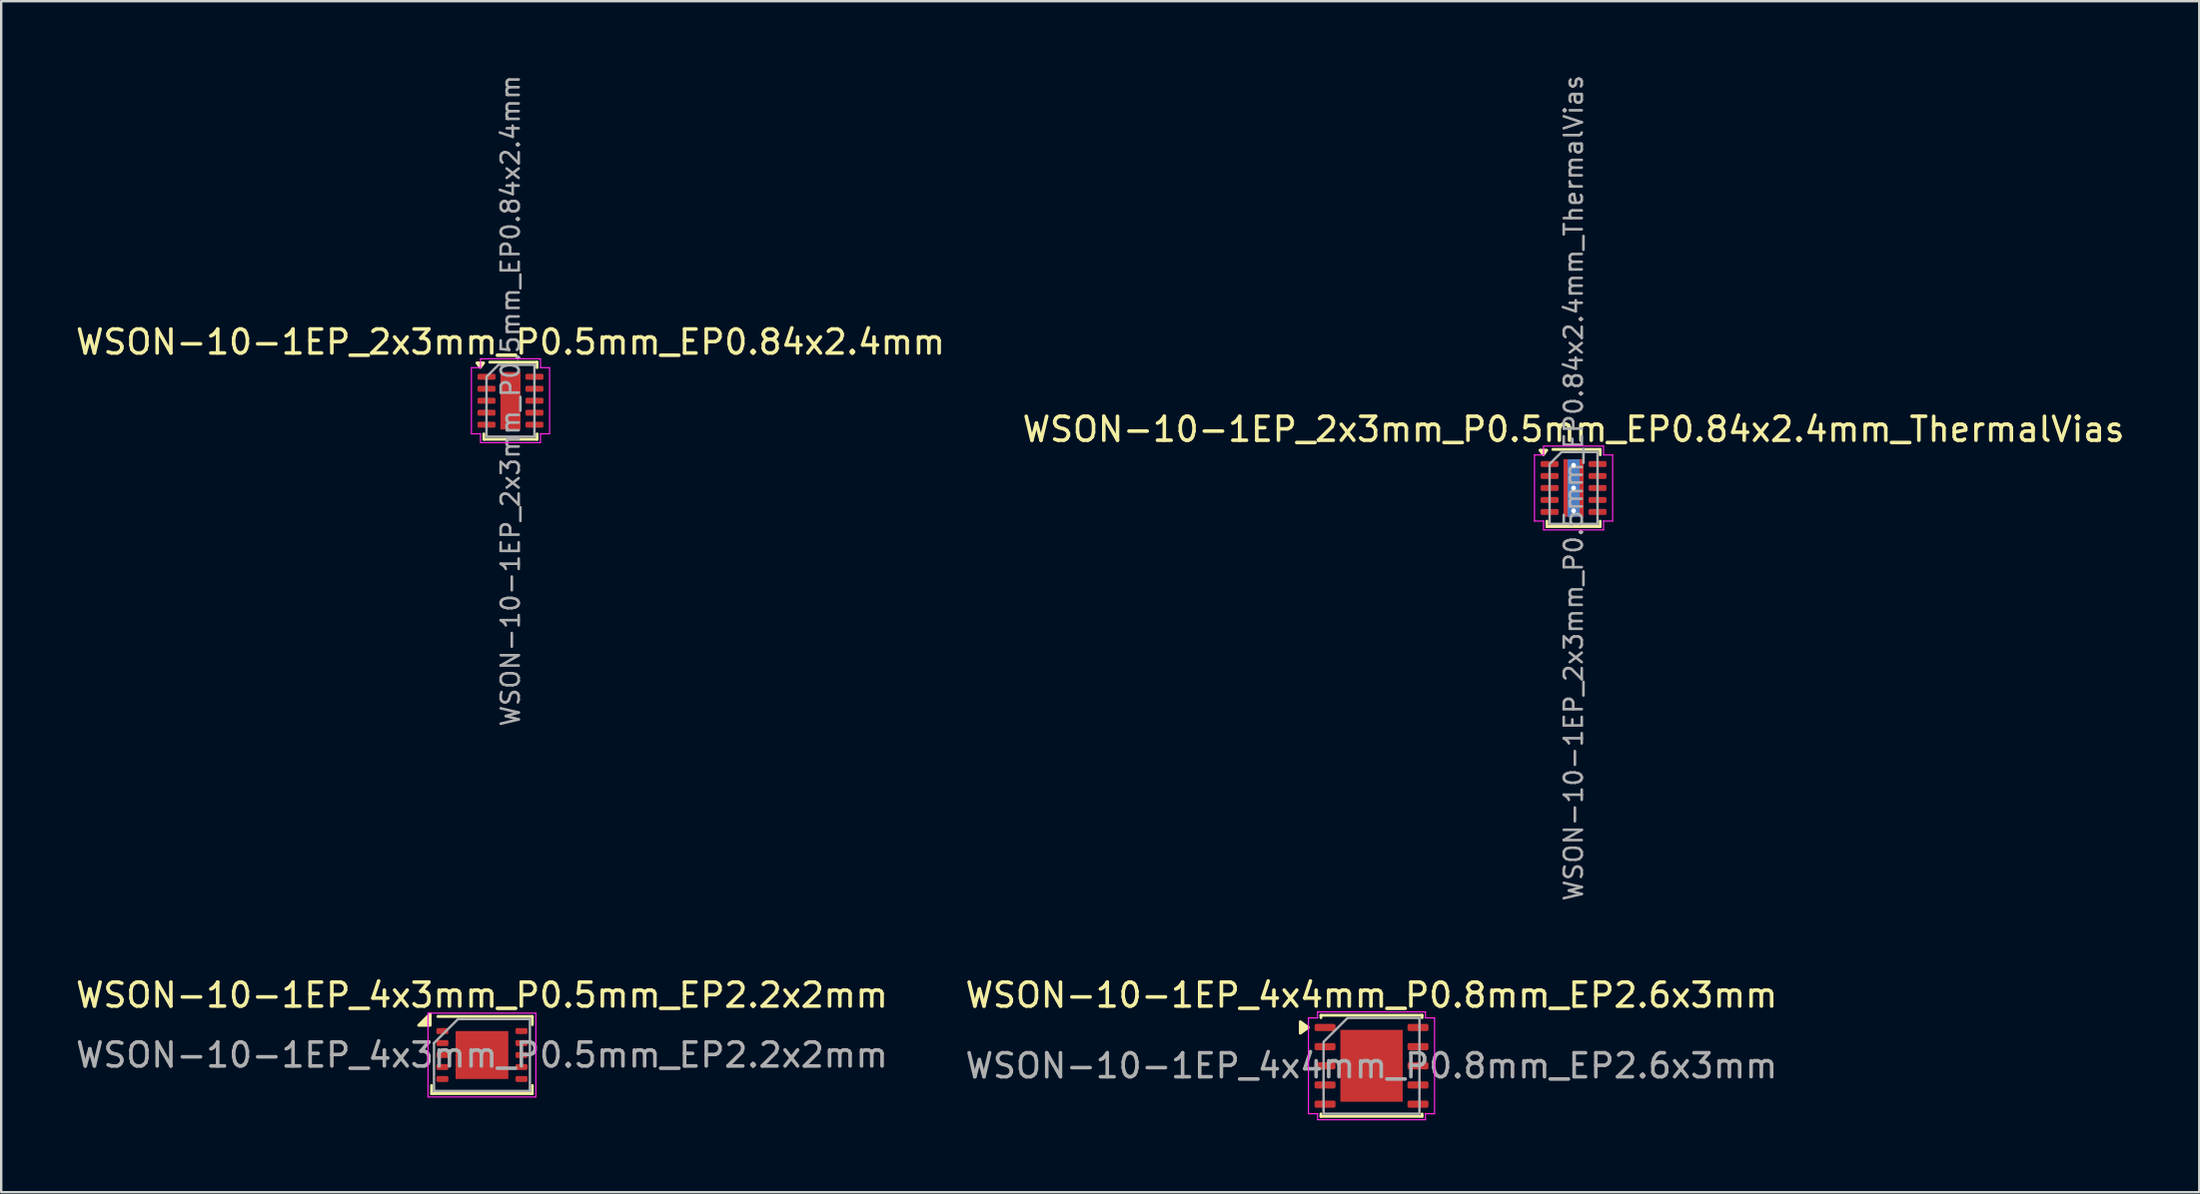
<source format=kicad_pcb>
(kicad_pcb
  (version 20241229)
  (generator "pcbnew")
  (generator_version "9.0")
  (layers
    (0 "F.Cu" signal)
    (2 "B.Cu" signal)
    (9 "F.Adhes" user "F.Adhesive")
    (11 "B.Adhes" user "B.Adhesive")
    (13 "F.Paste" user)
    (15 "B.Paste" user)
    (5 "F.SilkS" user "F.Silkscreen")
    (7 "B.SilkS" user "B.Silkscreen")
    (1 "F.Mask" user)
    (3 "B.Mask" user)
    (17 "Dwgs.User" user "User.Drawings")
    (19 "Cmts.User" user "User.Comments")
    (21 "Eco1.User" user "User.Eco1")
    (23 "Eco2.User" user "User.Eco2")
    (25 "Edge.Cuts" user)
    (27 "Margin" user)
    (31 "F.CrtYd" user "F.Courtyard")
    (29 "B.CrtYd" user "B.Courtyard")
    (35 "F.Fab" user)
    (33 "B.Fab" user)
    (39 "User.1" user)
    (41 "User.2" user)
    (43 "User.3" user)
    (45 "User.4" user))
  (footprint "WSON-10-1EP_4x4mm_P0.8mm_EP2.6x3mm"
    (layer "F.Cu")
    (at 54.161 41.443)
    (property "Reference" "WSON-10-1EP_4x4mm_P0.8mm_EP2.6x3mm" (at 0 -2.95 0) (layer "F.SilkS") (effects (font (size 1 1) (thickness 0.15))))
    (attr smd)
    (fp_line (start -2.11 -2.11) (end 2.11 -2.11) (stroke (width 0.12) (type solid)) (layer "F.SilkS"))
    (fp_line (start -2.11 -2.01) (end -2.11 -2.11) (stroke (width 0.12) (type solid)) (layer "F.SilkS"))
    (fp_line (start -2.11 2.11) (end -2.11 2.01) (stroke (width 0.12) (type solid)) (layer "F.SilkS"))
    (fp_line (start 2.11 -2.11) (end 2.11 -2.01) (stroke (width 0.12) (type solid)) (layer "F.SilkS"))
    (fp_line (start 2.11 2.01) (end 2.11 2.11) (stroke (width 0.12) (type solid)) (layer "F.SilkS"))
    (fp_line (start 2.11 2.11) (end -2.11 2.11) (stroke (width 0.12) (type solid)) (layer "F.SilkS"))
    (fp_poly (pts (xy -2.64 -1.6) (xy -2.97 -1.36) (xy -2.97 -1.84)) (stroke (width 0.12) (type solid)) (fill yes) (layer "F.SilkS"))
    (fp_line (start -2.63 -2) (end -2.25 -2) (stroke (width 0.05) (type solid)) (layer "F.CrtYd"))
    (fp_line (start -2.63 2) (end -2.63 -2) (stroke (width 0.05) (type solid)) (layer "F.CrtYd"))
    (fp_line (start -2.25 -2.25) (end 2.25 -2.25) (stroke (width 0.05) (type solid)) (layer "F.CrtYd"))
    (fp_line (start -2.25 -2) (end -2.25 -2.25) (stroke (width 0.05) (type solid)) (layer "F.CrtYd"))
    (fp_line (start -2.25 2) (end -2.63 2) (stroke (width 0.05) (type solid)) (layer "F.CrtYd"))
    (fp_line (start -2.25 2.25) (end -2.25 2) (stroke (width 0.05) (type solid)) (layer "F.CrtYd"))
    (fp_line (start 2.25 -2.25) (end 2.25 -2) (stroke (width 0.05) (type solid)) (layer "F.CrtYd"))
    (fp_line (start 2.25 -2) (end 2.63 -2) (stroke (width 0.05) (type solid)) (layer "F.CrtYd"))
    (fp_line (start 2.25 2) (end 2.25 2.25) (stroke (width 0.05) (type solid)) (layer "F.CrtYd"))
    (fp_line (start 2.25 2.25) (end -2.25 2.25) (stroke (width 0.05) (type solid)) (layer "F.CrtYd"))
    (fp_line (start 2.63 -2) (end 2.63 2) (stroke (width 0.05) (type solid)) (layer "F.CrtYd"))
    (fp_line (start 2.63 2) (end 2.25 2) (stroke (width 0.05) (type solid)) (layer "F.CrtYd"))
    (fp_poly (pts (xy -2 -1) (xy -2 2) (xy 2 2) (xy 2 -2) (xy -1 -2)) (stroke (width 0.1) (type solid)) (fill no) (layer "F.Fab"))
    (fp_text user "${REFERENCE}" (at 0 0 0) (layer "F.Fab") (effects (font (size 1 1) (thickness 0.15))))
    (pad "" smd roundrect (at -0.65 -0.75) (size 1.05 1.21) (layers "F.Paste") (roundrect_rratio 0.238))
    (pad "" smd roundrect (at -0.65 0.75) (size 1.05 1.21) (layers "F.Paste") (roundrect_rratio 0.238))
    (pad "" smd roundrect (at 0.65 -0.75) (size 1.05 1.21) (layers "F.Paste") (roundrect_rratio 0.238))
    (pad "" smd roundrect (at 0.65 0.75) (size 1.05 1.21) (layers "F.Paste") (roundrect_rratio 0.238))
    (pad "1" smd roundrect (at -1.938 -1.6) (size 0.875 0.3) (layers "F.Cu" "F.Mask" "F.Paste") (roundrect_rratio 0.25))
    (pad "2" smd roundrect (at -1.938 -0.8) (size 0.875 0.3) (layers "F.Cu" "F.Mask" "F.Paste") (roundrect_rratio 0.25))
    (pad "3" smd roundrect (at -1.938 0) (size 0.875 0.3) (layers "F.Cu" "F.Mask" "F.Paste") (roundrect_rratio 0.25))
    (pad "4" smd roundrect (at -1.938 0.8) (size 0.875 0.3) (layers "F.Cu" "F.Mask" "F.Paste") (roundrect_rratio 0.25))
    (pad "5" smd roundrect (at -1.938 1.6) (size 0.875 0.3) (layers "F.Cu" "F.Mask" "F.Paste") (roundrect_rratio 0.25))
    (pad "6" smd roundrect (at 1.938 1.6) (size 0.875 0.3) (layers "F.Cu" "F.Mask" "F.Paste") (roundrect_rratio 0.25))
    (pad "7" smd roundrect (at 1.938 0.8) (size 0.875 0.3) (layers "F.Cu" "F.Mask" "F.Paste") (roundrect_rratio 0.25))
    (pad "8" smd roundrect (at 1.938 0) (size 0.875 0.3) (layers "F.Cu" "F.Mask" "F.Paste") (roundrect_rratio 0.25))
    (pad "9" smd roundrect (at 1.938 -0.8) (size 0.875 0.3) (layers "F.Cu" "F.Mask" "F.Paste") (roundrect_rratio 0.25))
    (pad "10" smd roundrect (at 1.938 -1.6) (size 0.875 0.3) (layers "F.Cu" "F.Mask" "F.Paste") (roundrect_rratio 0.25))
    (pad "11" smd rect (at 0 0) (size 2.6 3) (property pad_prop_heatsink) (layers "F.Cu" "F.Mask")))
  (footprint "WSON-10-1EP_4x3mm_P0.5mm_EP2.2x2mm"
    (layer "F.Cu")
    (at 17.054 40.993)
    (property "Reference" "WSON-10-1EP_4x3mm_P0.5mm_EP2.2x2mm" (at 0 -2.5 0) (layer "F.SilkS") (effects (font (size 1 1) (thickness 0.15))))
    (attr smd)
    (fp_line (start -2.1 1.27) (end -2.1 1.61) (stroke (width 0.12) (type solid)) (layer "F.SilkS"))
    (fp_line (start -2.1 1.61) (end 2.1 1.61) (stroke (width 0.12) (type solid)) (layer "F.SilkS"))
    (fp_line (start -1.84 -1.61) (end 2.1 -1.61) (stroke (width 0.12) (type solid)) (layer "F.SilkS"))
    (fp_line (start 2.1 -1.27) (end 2.1 -1.61) (stroke (width 0.12) (type solid)) (layer "F.SilkS"))
    (fp_line (start 2.1 1.27) (end 2.1 1.61) (stroke (width 0.12) (type solid)) (layer "F.SilkS"))
    (fp_poly (pts (xy -2.16 -1.24) (xy -2.64 -1.24) (xy -2.16 -1.72) (xy -2.16 -1.24)) (stroke (width 0.12) (type solid)) (fill yes) (layer "F.SilkS"))
    (fp_line (start -2.25 -1.75) (end -2.25 1.75) (stroke (width 0.05) (type solid)) (layer "F.CrtYd"))
    (fp_line (start -2.25 -1.75) (end 2.25 -1.75) (stroke (width 0.05) (type solid)) (layer "F.CrtYd"))
    (fp_line (start -2.25 1.75) (end 2.25 1.75) (stroke (width 0.05) (type solid)) (layer "F.CrtYd"))
    (fp_line (start 2.25 -1.75) (end 2.25 1.75) (stroke (width 0.05) (type solid)) (layer "F.CrtYd"))
    (fp_line (start -2 1.5) (end -2 -0.5) (stroke (width 0.1) (type solid)) (layer "F.Fab"))
    (fp_line (start -1 -1.5) (end -2 -0.5) (stroke (width 0.1) (type solid)) (layer "F.Fab"))
    (fp_line (start -1 -1.5) (end 2 -1.5) (stroke (width 0.1) (type solid)) (layer "F.Fab"))
    (fp_line (start 2 -1.5) (end 2 1.5) (stroke (width 0.1) (type solid)) (layer "F.Fab"))
    (fp_line (start 2 1.5) (end -2 1.5) (stroke (width 0.1) (type solid)) (layer "F.Fab"))
    (fp_text user "${REFERENCE}" (at 0 0 0) (layer "F.Fab") (effects (font (size 1 1) (thickness 0.15))))
    (pad "" smd roundrect (at -0.55 -0.5) (size 0.88 0.8) (layers "F.Paste") (roundrect_rratio 0.25))
    (pad "" smd roundrect (at -0.55 0.5) (size 0.88 0.8) (layers "F.Paste") (roundrect_rratio 0.25))
    (pad "" smd roundrect (at 0.55 -0.5) (size 0.88 0.8) (layers "F.Paste") (roundrect_rratio 0.25))
    (pad "" smd roundrect (at 0.55 0.5) (size 0.88 0.8) (layers "F.Paste") (roundrect_rratio 0.25))
    (pad "1" smd roundrect (at -1.65 -1) (size 0.5 0.25) (layers "F.Cu" "F.Mask" "F.Paste") (roundrect_rratio 0.25))
    (pad "2" smd roundrect (at -1.65 -0.5) (size 0.5 0.25) (layers "F.Cu" "F.Mask" "F.Paste") (roundrect_rratio 0.25))
    (pad "3" smd roundrect (at -1.65 0) (size 0.5 0.25) (layers "F.Cu" "F.Mask" "F.Paste") (roundrect_rratio 0.25))
    (pad "4" smd roundrect (at -1.65 0.5) (size 0.5 0.25) (layers "F.Cu" "F.Mask" "F.Paste") (roundrect_rratio 0.25))
    (pad "5" smd roundrect (at -1.65 1) (size 0.5 0.25) (layers "F.Cu" "F.Mask" "F.Paste") (roundrect_rratio 0.25))
    (pad "6" smd roundrect (at 1.65 1) (size 0.5 0.25) (layers "F.Cu" "F.Mask" "F.Paste") (roundrect_rratio 0.25))
    (pad "7" smd roundrect (at 1.65 0.5) (size 0.5 0.25) (layers "F.Cu" "F.Mask" "F.Paste") (roundrect_rratio 0.25))
    (pad "8" smd roundrect (at 1.65 0) (size 0.5 0.25) (layers "F.Cu" "F.Mask" "F.Paste") (roundrect_rratio 0.25))
    (pad "9" smd roundrect (at 1.65 -0.5) (size 0.5 0.25) (layers "F.Cu" "F.Mask" "F.Paste") (roundrect_rratio 0.25))
    (pad "10" smd roundrect (at 1.65 -1) (size 0.5 0.25) (layers "F.Cu" "F.Mask" "F.Paste") (roundrect_rratio 0.25))
    (pad "11" smd rect (at 0 0) (size 2.2 2) (layers "F.Cu" "F.Mask")))
  (footprint "WSON-10-1EP_2x3mm_P0.5mm_EP0.84x2.4mm"
    (layer "F.Cu")
    (at 18.244 13.679)
    (property "Reference" "WSON-10-1EP_2x3mm_P0.5mm_EP0.84x2.4mm" (at 0 -2.45 0) (layer "F.SilkS") (effects (font (size 1 1) (thickness 0.15))))
    (attr smd)
    (fp_line (start -1.11 1.61) (end -1.11 1.385) (stroke (width 0.12) (type solid)) (layer "F.SilkS"))
    (fp_line (start -0.866 -1.61) (end 1.11 -1.61) (stroke (width 0.12) (type solid)) (layer "F.SilkS"))
    (fp_line (start 1.11 -1.61) (end 1.11 -1.385) (stroke (width 0.12) (type solid)) (layer "F.SilkS"))
    (fp_line (start 1.11 1.385) (end 1.11 1.61) (stroke (width 0.12) (type solid)) (layer "F.SilkS"))
    (fp_line (start 1.11 1.61) (end -1.11 1.61) (stroke (width 0.12) (type solid)) (layer "F.SilkS"))
    (fp_poly (pts (xy -1.26 -1.39) (xy -1.4 -1.58) (xy -1.12 -1.58)) (stroke (width 0.12) (type solid)) (fill yes) (layer "F.SilkS"))
    (fp_line (start -1.63 -1.38) (end -1.25 -1.38) (stroke (width 0.05) (type solid)) (layer "F.CrtYd"))
    (fp_line (start -1.63 1.38) (end -1.63 -1.38) (stroke (width 0.05) (type solid)) (layer "F.CrtYd"))
    (fp_line (start -1.25 -1.75) (end 1.25 -1.75) (stroke (width 0.05) (type solid)) (layer "F.CrtYd"))
    (fp_line (start -1.25 -1.38) (end -1.25 -1.75) (stroke (width 0.05) (type solid)) (layer "F.CrtYd"))
    (fp_line (start -1.25 1.38) (end -1.63 1.38) (stroke (width 0.05) (type solid)) (layer "F.CrtYd"))
    (fp_line (start -1.25 1.75) (end -1.25 1.38) (stroke (width 0.05) (type solid)) (layer "F.CrtYd"))
    (fp_line (start 1.25 -1.75) (end 1.25 -1.38) (stroke (width 0.05) (type solid)) (layer "F.CrtYd"))
    (fp_line (start 1.25 -1.38) (end 1.63 -1.38) (stroke (width 0.05) (type solid)) (layer "F.CrtYd"))
    (fp_line (start 1.25 1.38) (end 1.25 1.75) (stroke (width 0.05) (type solid)) (layer "F.CrtYd"))
    (fp_line (start 1.25 1.75) (end -1.25 1.75) (stroke (width 0.05) (type solid)) (layer "F.CrtYd"))
    (fp_line (start 1.63 -1.38) (end 1.63 1.38) (stroke (width 0.05) (type solid)) (layer "F.CrtYd"))
    (fp_line (start 1.63 1.38) (end 1.25 1.38) (stroke (width 0.05) (type solid)) (layer "F.CrtYd"))
    (fp_poly (pts (xy -1 -1) (xy -1 1.5) (xy 1 1.5) (xy 1 -1.5) (xy -0.5 -1.5)) (stroke (width 0.1) (type solid)) (fill no) (layer "F.Fab"))
    (fp_text user "${REFERENCE}" (at 0 0 90) (layer "F.Fab") (effects (font (size 0.75 0.75) (thickness 0.11))))
    (pad "" smd roundrect (at 0 -0.6) (size 0.68 0.97) (layers "F.Paste") (roundrect_rratio 0.25))
    (pad "" smd roundrect (at 0 0.6) (size 0.68 0.97) (layers "F.Paste") (roundrect_rratio 0.25))
    (pad "1" smd roundrect (at -1 -1) (size 0.75 0.25) (layers "F.Cu" "F.Mask" "F.Paste") (roundrect_rratio 0.25))
    (pad "2" smd roundrect (at -1 -0.5) (size 0.75 0.25) (layers "F.Cu" "F.Mask" "F.Paste") (roundrect_rratio 0.25))
    (pad "3" smd roundrect (at -1 0) (size 0.75 0.25) (layers "F.Cu" "F.Mask" "F.Paste") (roundrect_rratio 0.25))
    (pad "4" smd roundrect (at -1 0.5) (size 0.75 0.25) (layers "F.Cu" "F.Mask" "F.Paste") (roundrect_rratio 0.25))
    (pad "5" smd roundrect (at -1 1) (size 0.75 0.25) (layers "F.Cu" "F.Mask" "F.Paste") (roundrect_rratio 0.25))
    (pad "6" smd roundrect (at 1 1) (size 0.75 0.25) (layers "F.Cu" "F.Mask" "F.Paste") (roundrect_rratio 0.25))
    (pad "7" smd roundrect (at 1 0.5) (size 0.75 0.25) (layers "F.Cu" "F.Mask" "F.Paste") (roundrect_rratio 0.25))
    (pad "8" smd roundrect (at 1 0) (size 0.75 0.25) (layers "F.Cu" "F.Mask" "F.Paste") (roundrect_rratio 0.25))
    (pad "9" smd roundrect (at 1 -0.5) (size 0.75 0.25) (layers "F.Cu" "F.Mask" "F.Paste") (roundrect_rratio 0.25))
    (pad "10" smd roundrect (at 1 -1) (size 0.75 0.25) (layers "F.Cu" "F.Mask" "F.Paste") (roundrect_rratio 0.25))
    (pad "11" smd rect (at 0 0) (size 0.84 2.4) (property pad_prop_heatsink) (layers "F.Cu" "F.Mask")))
  (footprint "WSON-10-1EP_2x3mm_P0.5mm_EP0.84x2.4mm_ThermalVias"
    (layer "F.Cu")
    (at 62.589 17.322)
    (property "Reference" "WSON-10-1EP_2x3mm_P0.5mm_EP0.84x2.4mm_ThermalVias" (at 0 -2.45 0) (layer "F.SilkS") (effects (font (size 1 1) (thickness 0.15))))
    (attr smd)
    (fp_line (start -1.11 1.61) (end -1.11 1.385) (stroke (width 0.12) (type solid)) (layer "F.SilkS"))
    (fp_line (start -0.866 -1.61) (end 1.11 -1.61) (stroke (width 0.12) (type solid)) (layer "F.SilkS"))
    (fp_line (start 1.11 -1.61) (end 1.11 -1.385) (stroke (width 0.12) (type solid)) (layer "F.SilkS"))
    (fp_line (start 1.11 1.385) (end 1.11 1.61) (stroke (width 0.12) (type solid)) (layer "F.SilkS"))
    (fp_line (start 1.11 1.61) (end -1.11 1.61) (stroke (width 0.12) (type solid)) (layer "F.SilkS"))
    (fp_poly (pts (xy -1.26 -1.39) (xy -1.4 -1.58) (xy -1.12 -1.58)) (stroke (width 0.12) (type solid)) (fill yes) (layer "F.SilkS"))
    (fp_line (start -1.63 -1.38) (end -1.25 -1.38) (stroke (width 0.05) (type solid)) (layer "F.CrtYd"))
    (fp_line (start -1.63 1.38) (end -1.63 -1.38) (stroke (width 0.05) (type solid)) (layer "F.CrtYd"))
    (fp_line (start -1.25 -1.75) (end 1.25 -1.75) (stroke (width 0.05) (type solid)) (layer "F.CrtYd"))
    (fp_line (start -1.25 -1.38) (end -1.25 -1.75) (stroke (width 0.05) (type solid)) (layer "F.CrtYd"))
    (fp_line (start -1.25 1.38) (end -1.63 1.38) (stroke (width 0.05) (type solid)) (layer "F.CrtYd"))
    (fp_line (start -1.25 1.75) (end -1.25 1.38) (stroke (width 0.05) (type solid)) (layer "F.CrtYd"))
    (fp_line (start 1.25 -1.75) (end 1.25 -1.38) (stroke (width 0.05) (type solid)) (layer "F.CrtYd"))
    (fp_line (start 1.25 -1.38) (end 1.63 -1.38) (stroke (width 0.05) (type solid)) (layer "F.CrtYd"))
    (fp_line (start 1.25 1.38) (end 1.25 1.75) (stroke (width 0.05) (type solid)) (layer "F.CrtYd"))
    (fp_line (start 1.25 1.75) (end -1.25 1.75) (stroke (width 0.05) (type solid)) (layer "F.CrtYd"))
    (fp_line (start 1.63 -1.38) (end 1.63 1.38) (stroke (width 0.05) (type solid)) (layer "F.CrtYd"))
    (fp_line (start 1.63 1.38) (end 1.25 1.38) (stroke (width 0.05) (type solid)) (layer "F.CrtYd"))
    (fp_poly (pts (xy -1 -1) (xy -1 1.5) (xy 1 1.5) (xy 1 -1.5) (xy -0.5 -1.5)) (stroke (width 0.1) (type solid)) (fill no) (layer "F.Fab"))
    (fp_text user "${REFERENCE}" (at 0 0 90) (layer "F.Fab") (effects (font (size 0.75 0.75) (thickness 0.11))))
    (pad "" smd roundrect (at 0 -0.6) (size 0.73 1.04) (layers "F.Paste") (roundrect_rratio 0.25))
    (pad "" smd roundrect (at 0 0.6) (size 0.73 1.04) (layers "F.Paste") (roundrect_rratio 0.25))
    (pad "1" smd roundrect (at -1 -1) (size 0.75 0.25) (layers "F.Cu" "F.Mask" "F.Paste") (roundrect_rratio 0.25))
    (pad "2" smd roundrect (at -1 -0.5) (size 0.75 0.25) (layers "F.Cu" "F.Mask" "F.Paste") (roundrect_rratio 0.25))
    (pad "3" smd roundrect (at -1 0) (size 0.75 0.25) (layers "F.Cu" "F.Mask" "F.Paste") (roundrect_rratio 0.25))
    (pad "4" smd roundrect (at -1 0.5) (size 0.75 0.25) (layers "F.Cu" "F.Mask" "F.Paste") (roundrect_rratio 0.25))
    (pad "5" smd roundrect (at -1 1) (size 0.75 0.25) (layers "F.Cu" "F.Mask" "F.Paste") (roundrect_rratio 0.25))
    (pad "6" smd roundrect (at 1 1) (size 0.75 0.25) (layers "F.Cu" "F.Mask" "F.Paste") (roundrect_rratio 0.25))
    (pad "7" smd roundrect (at 1 0.5) (size 0.75 0.25) (layers "F.Cu" "F.Mask" "F.Paste") (roundrect_rratio 0.25))
    (pad "8" smd roundrect (at 1 0) (size 0.75 0.25) (layers "F.Cu" "F.Mask" "F.Paste") (roundrect_rratio 0.25))
    (pad "9" smd roundrect (at 1 -0.5) (size 0.75 0.25) (layers "F.Cu" "F.Mask" "F.Paste") (roundrect_rratio 0.25))
    (pad "10" smd roundrect (at 1 -1) (size 0.75 0.25) (layers "F.Cu" "F.Mask" "F.Paste") (roundrect_rratio 0.25))
    (pad "11" thru_hole circle (at 0 -0.95) (size 0.5 0.5) (drill 0.2) (property pad_prop_heatsink) (layers "*.Cu"))
    (pad "11" thru_hole circle (at 0 0) (size 0.5 0.5) (drill 0.2) (property pad_prop_heatsink) (layers "*.Cu"))
    (pad "11" smd rect (at 0 0) (size 0.5 2.4) (property pad_prop_heatsink) (layers "B.Cu"))
    (pad "11" smd rect (at 0 0) (size 0.84 2.4) (property pad_prop_heatsink) (layers "F.Cu" "F.Mask"))
    (pad "11" thru_hole circle (at 0 0.95) (size 0.5 0.5) (drill 0.2) (property pad_prop_heatsink) (layers "*.Cu")))
  (gr_rect
    (start -3 -3)
    (end 88.69 46.718)
    (stroke (width 0.1) (type default))
    (fill no)
    (layer "Edge.Cuts")))
</source>
